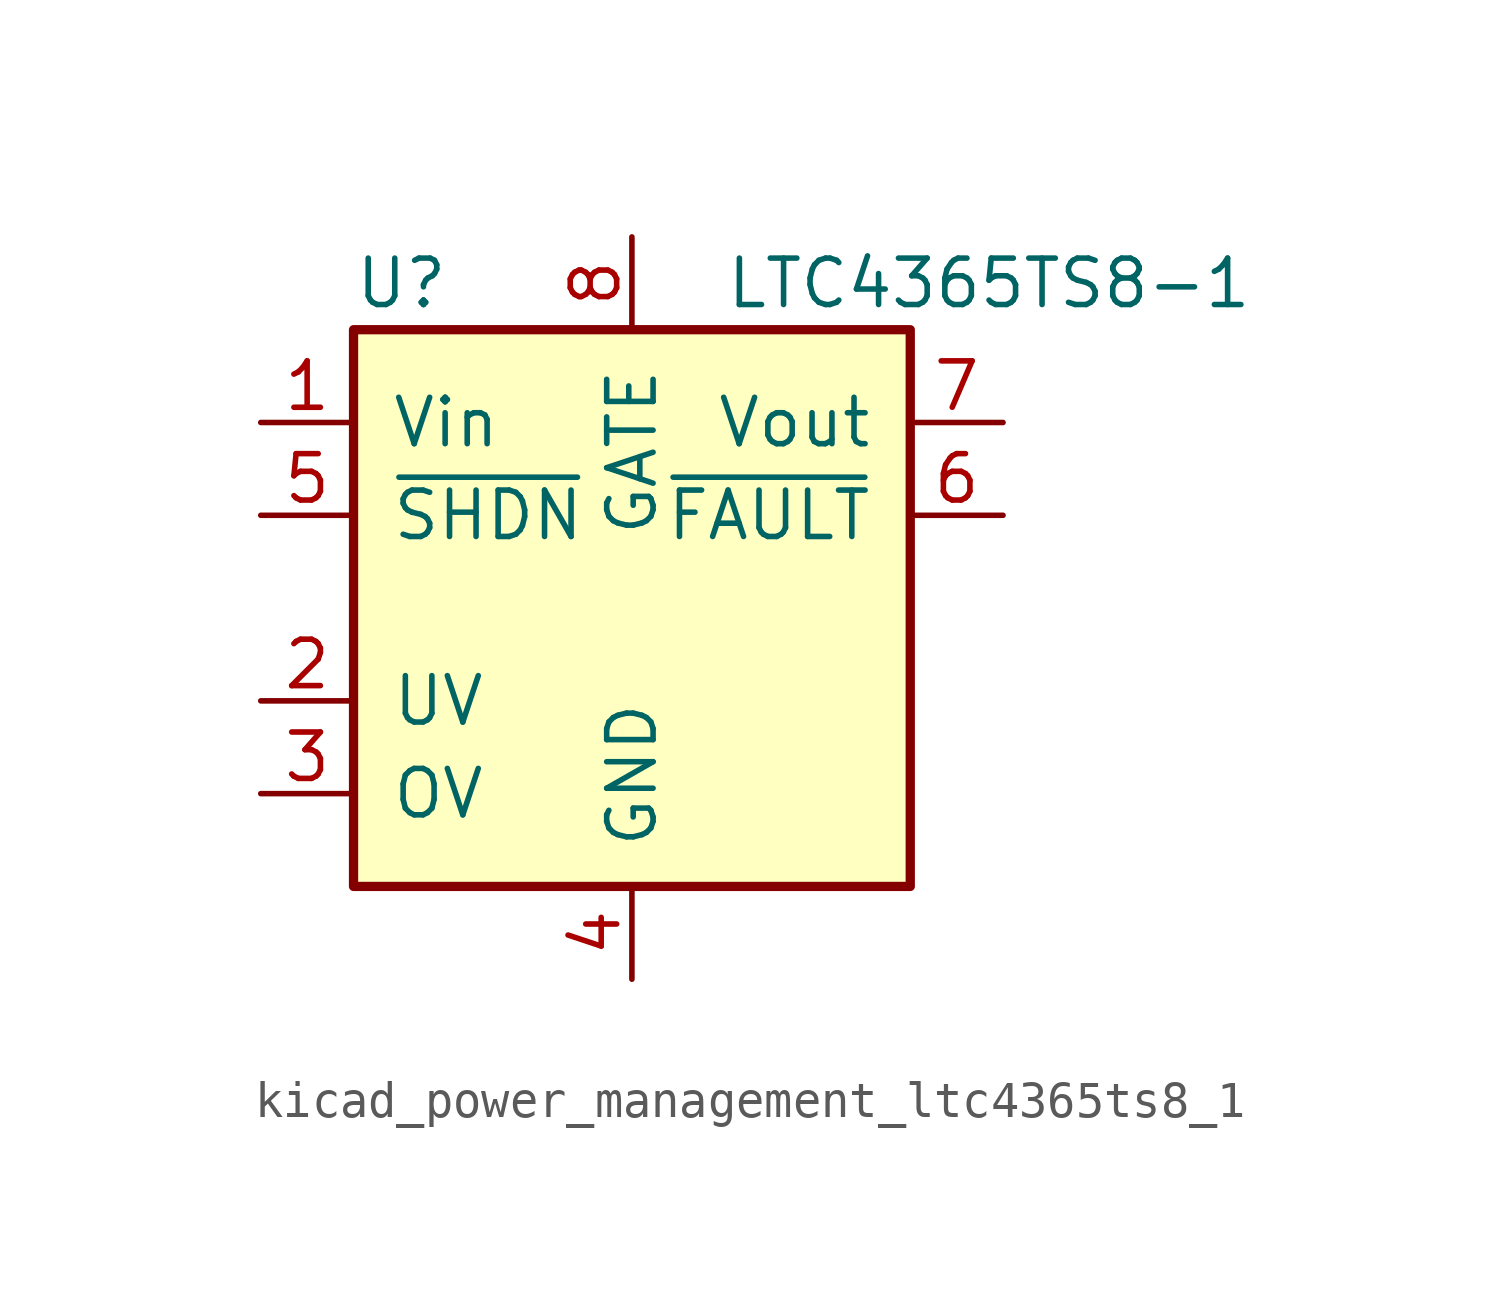
<source format=kicad_sym>
(kicad_symbol_lib
  (version 20220914)
  (generator kicad_symbol_editor)
  (symbol "kicad_power_management_ltc4365ts8_1"
    (pin_names
      (offset 1.016))
    (property "Reference" "U"
      (at -7.62 8.89 0)
      (effects (font (size 1.27 1.27)) (justify left)))
    (property "Value" "LTC4365TS8-1"
      (at 2.54 8.89 0)
      (effects (font (size 1.27 1.27)) (justify left)))
    (symbol "kicad_power_management_ltc4365ts8_1_0_1"
      (rectangle (start -7.62 7.62) (end 7.62 -7.62) (stroke (width 0.254) (type default)) (fill (type background))))
    (symbol "kicad_power_management_ltc4365ts8_1_1_1"
      (pin power_in line (at -10.16 5.08 0) (length 2.54) (name "Vin" (effects (font (size 1.27 1.27)))) (number "1" (effects (font (size 1.27 1.27)))))
      (pin input line (at -10.16 -2.54 0) (length 2.54) (name "UV" (effects (font (size 1.27 1.27)))) (number "2" (effects (font (size 1.27 1.27)))))
      (pin input line (at -10.16 -5.08 0) (length 2.54) (name "OV" (effects (font (size 1.27 1.27)))) (number "3" (effects (font (size 1.27 1.27)))))
      (pin power_in line (at 0 -10.16 90) (length 2.54) (name "GND" (effects (font (size 1.27 1.27)))) (number "4" (effects (font (size 1.27 1.27)))))
      (pin input line (at -10.16 2.54 0) (length 2.54) (name "~{SHDN}" (effects (font (size 1.27 1.27)))) (number "5" (effects (font (size 1.27 1.27)))))
      (pin open_collector line (at 10.16 2.54 180) (length 2.54) (name "~{FAULT}" (effects (font (size 1.27 1.27)))) (number "6" (effects (font (size 1.27 1.27)))))
      (pin input line (at 10.16 5.08 180) (length 2.54) (name "Vout" (effects (font (size 1.27 1.27)))) (number "7" (effects (font (size 1.27 1.27)))))
      (pin output line (at 0 10.16 270) (length 2.54) (name "GATE" (effects (font (size 1.27 1.27)))) (number "8" (effects (font (size 1.27 1.27))))))))
</source>
